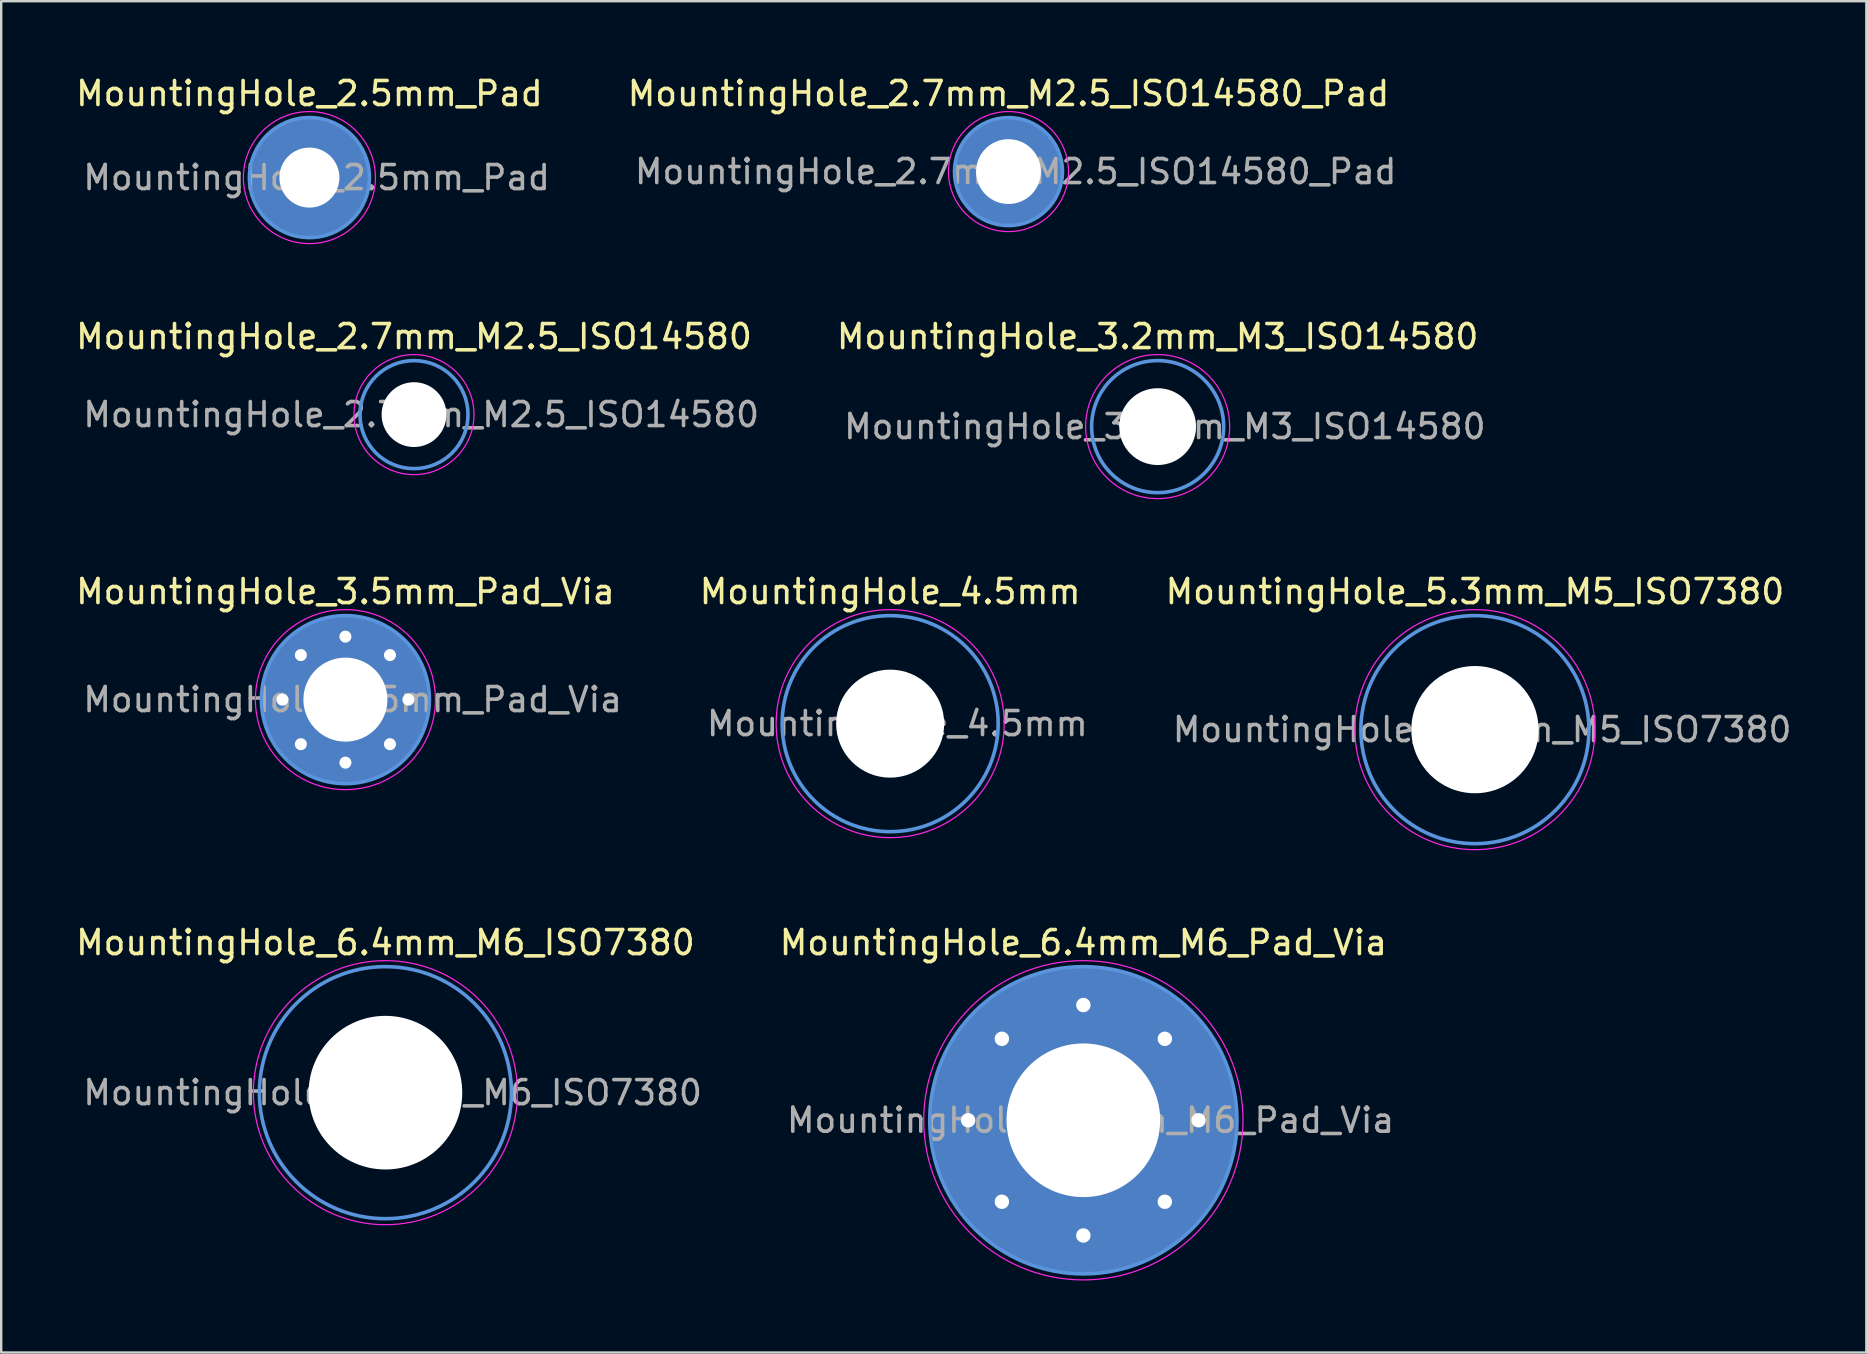
<source format=kicad_pcb>
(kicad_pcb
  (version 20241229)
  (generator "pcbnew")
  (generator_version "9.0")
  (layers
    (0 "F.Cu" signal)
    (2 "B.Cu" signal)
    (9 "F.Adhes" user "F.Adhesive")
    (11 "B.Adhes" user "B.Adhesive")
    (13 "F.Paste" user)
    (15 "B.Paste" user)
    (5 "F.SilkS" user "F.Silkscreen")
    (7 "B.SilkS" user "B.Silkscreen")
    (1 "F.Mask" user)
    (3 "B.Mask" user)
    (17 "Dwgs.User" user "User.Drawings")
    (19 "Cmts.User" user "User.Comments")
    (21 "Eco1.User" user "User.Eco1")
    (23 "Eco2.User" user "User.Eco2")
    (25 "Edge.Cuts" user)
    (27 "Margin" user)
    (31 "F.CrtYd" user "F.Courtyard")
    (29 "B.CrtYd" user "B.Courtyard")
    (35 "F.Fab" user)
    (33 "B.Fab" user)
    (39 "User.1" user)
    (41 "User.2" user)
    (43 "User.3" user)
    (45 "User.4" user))
  (footprint "MountingHole_4.5mm"
    (layer "F.Cu")
    (at 34.032 27.095)
    (property "Reference" "MountingHole_4.5mm" (at 0 -5.5 0) (layer "F.SilkS") (effects (font (size 1 1) (thickness 0.15))))
    (attr exclude_from_pos_files exclude_from_bom)
    (fp_circle (center 0 0) (end 4.5 0) (stroke (width 0.15) (type solid)) (fill no) (layer "Cmts.User"))
    (fp_circle (center 0 0) (end 4.75 0) (stroke (width 0.05) (type solid)) (fill no) (layer "F.CrtYd"))
    (fp_text user "${REFERENCE}" (at 0.3 0 0) (layer "F.Fab") (effects (font (size 1 1) (thickness 0.15))))
    (pad "" np_thru_hole circle (at 0 0) (size 4.5 4.5) (drill 4.5) (layers "*.Cu" "*.Mask")))
  (footprint "MountingHole_6.4mm_M6_Pad_Via"
    (layer "F.Cu")
    (at 42.08 43.618)
    (property "Reference" "MountingHole_6.4mm_M6_Pad_Via" (at 0 -7.4 0) (layer "F.SilkS") (effects (font (size 1 1) (thickness 0.15))))
    (attr exclude_from_pos_files exclude_from_bom)
    (fp_circle (center 0 0) (end 6.4 0) (stroke (width 0.15) (type solid)) (fill no) (layer "Cmts.User"))
    (fp_circle (center 0 0) (end 6.65 0) (stroke (width 0.05) (type solid)) (fill no) (layer "F.CrtYd"))
    (fp_text user "${REFERENCE}" (at 0.3 0 0) (layer "F.Fab") (effects (font (size 1 1) (thickness 0.15))))
    (pad "1" thru_hole circle (at -4.8 0) (size 0.9 0.9) (drill 0.6) (layers "*.Cu" "*.Mask"))
    (pad "1" thru_hole circle (at -3.394 -3.394) (size 0.9 0.9) (drill 0.6) (layers "*.Cu" "*.Mask"))
    (pad "1" thru_hole circle (at -3.394 3.394) (size 0.9 0.9) (drill 0.6) (layers "*.Cu" "*.Mask"))
    (pad "1" thru_hole circle (at 0 -4.8) (size 0.9 0.9) (drill 0.6) (layers "*.Cu" "*.Mask"))
    (pad "1" thru_hole circle (at 0 0) (size 12.8 12.8) (drill 6.4) (layers "*.Cu" "*.Mask"))
    (pad "1" thru_hole circle (at 0 4.8) (size 0.9 0.9) (drill 0.6) (layers "*.Cu" "*.Mask"))
    (pad "1" thru_hole circle (at 3.394 -3.394) (size 0.9 0.9) (drill 0.6) (layers "*.Cu" "*.Mask"))
    (pad "1" thru_hole circle (at 3.394 3.394) (size 0.9 0.9) (drill 0.6) (layers "*.Cu" "*.Mask"))
    (pad "1" thru_hole circle (at 4.8 0) (size 0.9 0.9) (drill 0.6) (layers "*.Cu" "*.Mask")))
  (footprint "MountingHole_3.5mm_Pad_Via"
    (layer "F.Cu")
    (at 11.339 26.095)
    (property "Reference" "MountingHole_3.5mm_Pad_Via" (at 0 -4.5 0) (layer "F.SilkS") (effects (font (size 1 1) (thickness 0.15))))
    (attr exclude_from_pos_files exclude_from_bom)
    (fp_circle (center 0 0) (end 3.5 0) (stroke (width 0.15) (type solid)) (fill no) (layer "Cmts.User"))
    (fp_circle (center 0 0) (end 3.75 0) (stroke (width 0.05) (type solid)) (fill no) (layer "F.CrtYd"))
    (fp_text user "${REFERENCE}" (at 0.3 0 0) (layer "F.Fab") (effects (font (size 1 1) (thickness 0.15))))
    (pad "1" thru_hole circle (at -2.625 0) (size 0.8 0.8) (drill 0.5) (layers "*.Cu" "*.Mask"))
    (pad "1" thru_hole circle (at -1.856 -1.856) (size 0.8 0.8) (drill 0.5) (layers "*.Cu" "*.Mask"))
    (pad "1" thru_hole circle (at -1.856 1.856) (size 0.8 0.8) (drill 0.5) (layers "*.Cu" "*.Mask"))
    (pad "1" thru_hole circle (at 0 -2.625) (size 0.8 0.8) (drill 0.5) (layers "*.Cu" "*.Mask"))
    (pad "1" thru_hole circle (at 0 0) (size 7 7) (drill 3.5) (layers "*.Cu" "*.Mask"))
    (pad "1" thru_hole circle (at 0 2.625) (size 0.8 0.8) (drill 0.5) (layers "*.Cu" "*.Mask"))
    (pad "1" thru_hole circle (at 1.856 -1.856) (size 0.8 0.8) (drill 0.5) (layers "*.Cu" "*.Mask"))
    (pad "1" thru_hole circle (at 1.856 1.856) (size 0.8 0.8) (drill 0.5) (layers "*.Cu" "*.Mask"))
    (pad "1" thru_hole circle (at 2.625 0) (size 0.8 0.8) (drill 0.5) (layers "*.Cu" "*.Mask")))
  (footprint "MountingHole_2.7mm_M2.5_ISO14580"
    (layer "F.Cu")
    (at 14.196 14.222)
    (property "Reference" "MountingHole_2.7mm_M2.5_ISO14580" (at 0 -3.25 0) (layer "F.SilkS") (effects (font (size 1 1) (thickness 0.15))))
    (attr exclude_from_pos_files exclude_from_bom)
    (fp_circle (center 0 0) (end 2.25 0) (stroke (width 0.15) (type solid)) (fill no) (layer "Cmts.User"))
    (fp_circle (center 0 0) (end 2.5 0) (stroke (width 0.05) (type solid)) (fill no) (layer "F.CrtYd"))
    (fp_text user "${REFERENCE}" (at 0.3 0 0) (layer "F.Fab") (effects (font (size 1 1) (thickness 0.15))))
    (pad "" np_thru_hole circle (at 0 0) (size 2.7 2.7) (drill 2.7) (layers "*.Cu" "*.Mask")))
  (footprint "MountingHole_2.5mm_Pad"
    (layer "F.Cu")
    (at 9.839 4.348)
    (property "Reference" "MountingHole_2.5mm_Pad" (at 0 -3.5 0) (layer "F.SilkS") (effects (font (size 1 1) (thickness 0.15))))
    (attr exclude_from_pos_files exclude_from_bom)
    (fp_circle (center 0 0) (end 2.5 0) (stroke (width 0.15) (type solid)) (fill no) (layer "Cmts.User"))
    (fp_circle (center 0 0) (end 2.75 0) (stroke (width 0.05) (type solid)) (fill no) (layer "F.CrtYd"))
    (fp_text user "${REFERENCE}" (at 0.3 0 0) (layer "F.Fab") (effects (font (size 1 1) (thickness 0.15))))
    (pad "1" thru_hole circle (at 0 0) (size 5 5) (drill 2.5) (layers "*.Cu" "*.Mask")))
  (footprint "MountingHole_5.3mm_M5_ISO7380"
    (layer "F.Cu")
    (at 58.392 27.345)
    (property "Reference" "MountingHole_5.3mm_M5_ISO7380" (at 0 -5.75 0) (layer "F.SilkS") (effects (font (size 1 1) (thickness 0.15))))
    (attr exclude_from_pos_files exclude_from_bom)
    (fp_circle (center 0 0) (end 4.75 0) (stroke (width 0.15) (type solid)) (fill no) (layer "Cmts.User"))
    (fp_circle (center 0 0) (end 5 0) (stroke (width 0.05) (type solid)) (fill no) (layer "F.CrtYd"))
    (fp_text user "${REFERENCE}" (at 0.3 0 0) (layer "F.Fab") (effects (font (size 1 1) (thickness 0.15))))
    (pad "" np_thru_hole circle (at 0 0) (size 5.3 5.3) (drill 5.3) (layers "*.Cu" "*.Mask")))
  (footprint "MountingHole_6.4mm_M6_ISO7380"
    (layer "F.Cu")
    (at 13.006 42.468)
    (property "Reference" "MountingHole_6.4mm_M6_ISO7380" (at 0 -6.25 0) (layer "F.SilkS") (effects (font (size 1 1) (thickness 0.15))))
    (attr exclude_from_pos_files exclude_from_bom)
    (fp_circle (center 0 0) (end 5.25 0) (stroke (width 0.15) (type solid)) (fill no) (layer "Cmts.User"))
    (fp_circle (center 0 0) (end 5.5 0) (stroke (width 0.05) (type solid)) (fill no) (layer "F.CrtYd"))
    (fp_text user "${REFERENCE}" (at 0.3 0 0) (layer "F.Fab") (effects (font (size 1 1) (thickness 0.15))))
    (pad "" np_thru_hole circle (at 0 0) (size 6.4 6.4) (drill 6.4) (layers "*.Cu" "*.Mask")))
  (footprint "MountingHole_2.7mm_M2.5_ISO14580_Pad"
    (layer "F.Cu")
    (at 38.961 4.098)
    (property "Reference" "MountingHole_2.7mm_M2.5_ISO14580_Pad" (at 0 -3.25 0) (layer "F.SilkS") (effects (font (size 1 1) (thickness 0.15))))
    (attr exclude_from_pos_files exclude_from_bom)
    (fp_circle (center 0 0) (end 2.25 0) (stroke (width 0.15) (type solid)) (fill no) (layer "Cmts.User"))
    (fp_circle (center 0 0) (end 2.5 0) (stroke (width 0.05) (type solid)) (fill no) (layer "F.CrtYd"))
    (fp_text user "${REFERENCE}" (at 0.3 0 0) (layer "F.Fab") (effects (font (size 1 1) (thickness 0.15))))
    (pad "1" thru_hole circle (at 0 0) (size 4.5 4.5) (drill 2.7) (layers "*.Cu" "*.Mask")))
  (footprint "MountingHole_3.2mm_M3_ISO14580"
    (layer "F.Cu")
    (at 45.175 14.722)
    (property "Reference" "MountingHole_3.2mm_M3_ISO14580" (at 0 -3.75 0) (layer "F.SilkS") (effects (font (size 1 1) (thickness 0.15))))
    (attr exclude_from_pos_files exclude_from_bom)
    (fp_circle (center 0 0) (end 2.75 0) (stroke (width 0.15) (type solid)) (fill no) (layer "Cmts.User"))
    (fp_circle (center 0 0) (end 3 0) (stroke (width 0.05) (type solid)) (fill no) (layer "F.CrtYd"))
    (fp_text user "${REFERENCE}" (at 0.3 0 0) (layer "F.Fab") (effects (font (size 1 1) (thickness 0.15))))
    (pad "" np_thru_hole circle (at 0 0) (size 3.2 3.2) (drill 3.2) (layers "*.Cu" "*.Mask")))
  (gr_rect
    (start -3 -3)
    (end 74.698 53.293)
    (stroke (width 0.1) (type default))
    (fill no)
    (layer "Edge.Cuts")))
</source>
